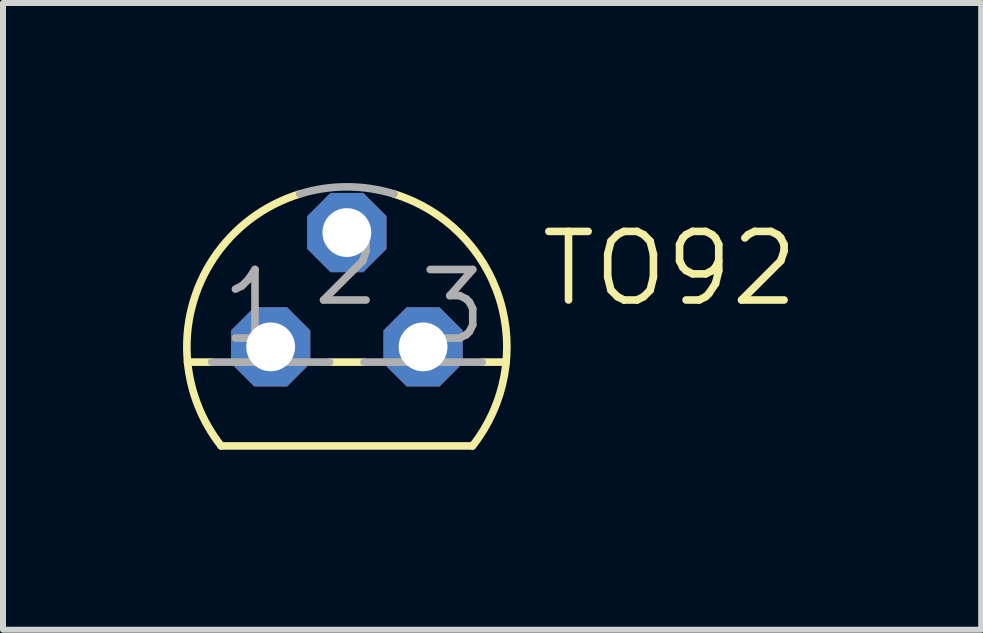
<source format=kicad_pcb>
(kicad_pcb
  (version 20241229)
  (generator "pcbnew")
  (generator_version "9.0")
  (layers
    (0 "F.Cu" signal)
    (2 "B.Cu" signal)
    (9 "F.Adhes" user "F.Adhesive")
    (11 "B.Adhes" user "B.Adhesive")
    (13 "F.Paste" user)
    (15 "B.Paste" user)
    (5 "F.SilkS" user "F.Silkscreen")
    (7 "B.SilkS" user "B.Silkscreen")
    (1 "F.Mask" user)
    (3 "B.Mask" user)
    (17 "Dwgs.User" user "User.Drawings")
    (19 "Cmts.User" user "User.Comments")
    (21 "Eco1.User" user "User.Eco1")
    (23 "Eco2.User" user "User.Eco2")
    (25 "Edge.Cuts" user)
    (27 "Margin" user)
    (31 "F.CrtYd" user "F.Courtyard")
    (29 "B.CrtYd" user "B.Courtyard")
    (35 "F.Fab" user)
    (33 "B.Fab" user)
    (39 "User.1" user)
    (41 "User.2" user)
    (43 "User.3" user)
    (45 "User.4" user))
  (footprint "TO92"
    (layer "F.Cu")
    (at 2.731 2.731)
    (property "Reference" "TO92" (at 3.175 -0.635 0) (layer "F.SilkS") (effects (font (size 1.143 1.143) (thickness 0.127)) (justify left bottom)))
    (fp_line (start -2.655 0.254) (end -2.254 0.254) (stroke (width 0.127) (type solid)) (layer "F.SilkS"))
    (fp_line (start -2.095 1.651) (end 2.095 1.651) (stroke (width 0.127) (type solid)) (layer "F.SilkS"))
    (fp_line (start -0.286 0.254) (end 0.286 0.254) (stroke (width 0.127) (type solid)) (layer "F.SilkS"))
    (fp_line (start 2.254 0.254) (end 2.655 0.254) (stroke (width 0.127) (type solid)) (layer "F.SilkS"))
    (fp_arc (start -2.6549 0.254) (mid -2.219001 -1.479566) (end -0.786299 -2.548501) (stroke (width 0.127) (type solid)) (layer "F.SilkS"))
    (fp_arc (start -2.0946 1.651) (mid -2.475347 0.992847) (end -2.654901 0.254) (stroke (width 0.127) (type solid)) (layer "F.SilkS"))
    (fp_arc (start 0.7863 -2.5484) (mid 2.546275 -0.793203) (end 2.094499 1.651) (stroke (width 0.127) (type solid)) (layer "F.SilkS"))
    (fp_line (start -2.254 0.254) (end -0.286 0.254) (stroke (width 0.127) (type solid)) (layer "F.Fab"))
    (fp_line (start 0.286 0.254) (end 2.254 0.254) (stroke (width 0.127) (type solid)) (layer "F.Fab"))
    (fp_arc (start -0.7863 -2.5485) (mid 0 -2.667043) (end 0.7863 -2.5485) (stroke (width 0.127) (type solid)) (layer "F.Fab"))
    (fp_text user "1" (at -2.159 0 0) (layer "F.Fab") (effects (font (size 1.143 1.143) (thickness 0.127)) (justify left bottom)))
    (fp_text user "2" (at -0.635 -0.635 0) (layer "F.Fab") (effects (font (size 1.143 1.143) (thickness 0.127)) (justify left bottom)))
    (fp_text user "3" (at 1.143 0 0) (layer "F.Fab") (effects (font (size 1.143 1.143) (thickness 0.127)) (justify left bottom)))
    (pad "1" thru_hole roundrect (at -1.27 0) (size 1.321 1.321) (drill 0.813) (layers "*.Cu" "*.Mask") (roundrect_rratio 0.25) (chamfer_ratio 0.293) (chamfer top_left top_right bottom_left bottom_right))
    (pad "2" thru_hole roundrect (at 0 -1.905) (size 1.321 1.321) (drill 0.813) (layers "*.Cu" "*.Mask") (roundrect_rratio 0.25) (chamfer_ratio 0.293) (chamfer top_left top_right bottom_left bottom_right))
    (pad "3" thru_hole roundrect (at 1.27 0) (size 1.321 1.321) (drill 0.813) (layers "*.Cu" "*.Mask") (roundrect_rratio 0.25) (chamfer_ratio 0.293) (chamfer top_left top_right bottom_left bottom_right)))
  (gr_rect
    (start -3 -3)
    (end 13.303 7.445)
    (stroke (width 0.1) (type default))
    (fill no)
    (layer "Edge.Cuts")))
</source>
